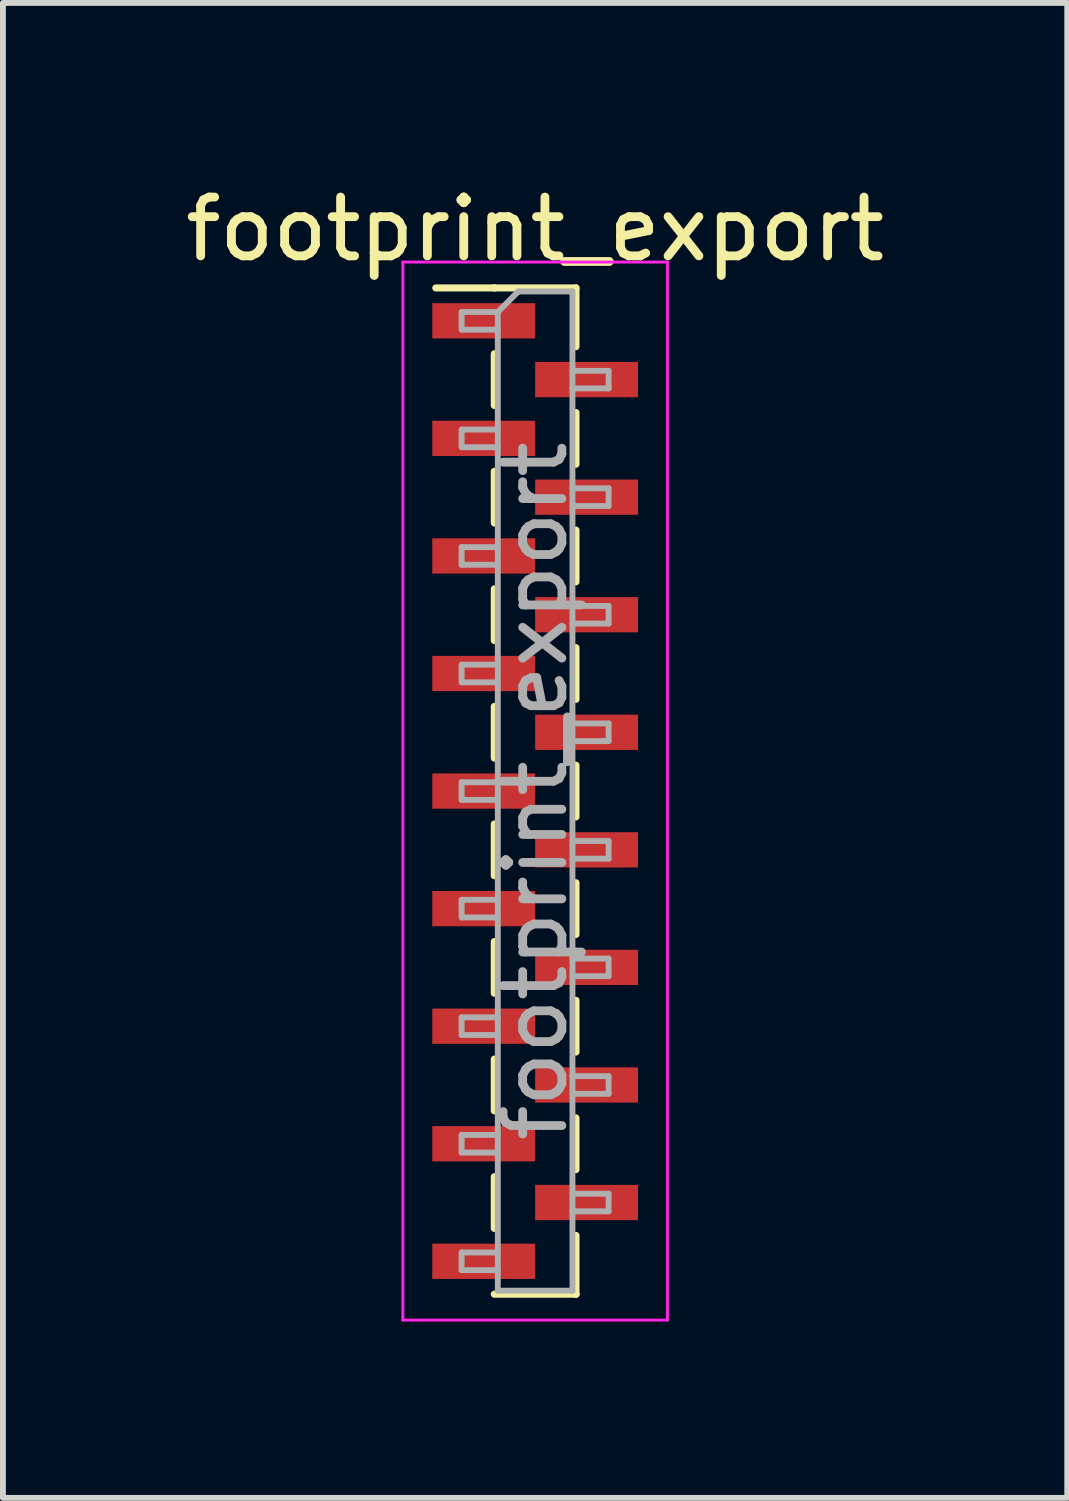
<source format=kicad_pcb>
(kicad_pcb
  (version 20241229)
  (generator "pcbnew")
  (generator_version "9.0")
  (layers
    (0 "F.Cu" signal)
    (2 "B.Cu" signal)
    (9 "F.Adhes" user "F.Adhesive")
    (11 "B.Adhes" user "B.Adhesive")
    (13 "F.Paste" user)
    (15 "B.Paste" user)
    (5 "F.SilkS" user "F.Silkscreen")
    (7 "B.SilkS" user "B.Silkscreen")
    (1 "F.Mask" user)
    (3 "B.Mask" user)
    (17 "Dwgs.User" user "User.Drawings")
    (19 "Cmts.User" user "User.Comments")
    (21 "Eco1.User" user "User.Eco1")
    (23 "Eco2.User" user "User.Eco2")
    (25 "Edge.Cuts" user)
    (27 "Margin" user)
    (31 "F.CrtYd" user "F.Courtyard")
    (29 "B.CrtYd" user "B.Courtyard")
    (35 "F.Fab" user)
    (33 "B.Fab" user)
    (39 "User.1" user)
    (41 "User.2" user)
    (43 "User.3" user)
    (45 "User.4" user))
  (footprint "footprint_export"
    (layer "F.Cu")
    (at 6.054 10.408)
    (property "Reference" "footprint_export" (at 0 -9.56 0) (layer "F.SilkS") (effects (font (size 1 1) (thickness 0.15))))
    (attr smd)
    (fp_line (start -0.695 -8.56) (end -1.69 -8.56) (stroke (width 0.12) (type solid)) (layer "F.SilkS"))
    (fp_line (start -0.695 -8.56) (end -0.695 -8.56) (stroke (width 0.12) (type solid)) (layer "F.SilkS"))
    (fp_line (start -0.695 -8.56) (end 0.695 -8.56) (stroke (width 0.12) (type solid)) (layer "F.SilkS"))
    (fp_line (start -0.695 -7.44) (end -0.695 -6.56) (stroke (width 0.12) (type solid)) (layer "F.SilkS"))
    (fp_line (start -0.695 -5.44) (end -0.695 -4.56) (stroke (width 0.12) (type solid)) (layer "F.SilkS"))
    (fp_line (start -0.695 -3.44) (end -0.695 -2.56) (stroke (width 0.12) (type solid)) (layer "F.SilkS"))
    (fp_line (start -0.695 -1.44) (end -0.695 -0.56) (stroke (width 0.12) (type solid)) (layer "F.SilkS"))
    (fp_line (start -0.695 0.56) (end -0.695 1.44) (stroke (width 0.12) (type solid)) (layer "F.SilkS"))
    (fp_line (start -0.695 2.56) (end -0.695 3.44) (stroke (width 0.12) (type solid)) (layer "F.SilkS"))
    (fp_line (start -0.695 4.56) (end -0.695 5.44) (stroke (width 0.12) (type solid)) (layer "F.SilkS"))
    (fp_line (start -0.695 6.56) (end -0.695 7.44) (stroke (width 0.12) (type solid)) (layer "F.SilkS"))
    (fp_line (start -0.695 8.56) (end 0.695 8.56) (stroke (width 0.12) (type solid)) (layer "F.SilkS"))
    (fp_line (start 0.695 -8.56) (end 0.695 -7.56) (stroke (width 0.12) (type solid)) (layer "F.SilkS"))
    (fp_line (start 0.695 -6.44) (end 0.695 -5.56) (stroke (width 0.12) (type solid)) (layer "F.SilkS"))
    (fp_line (start 0.695 -4.44) (end 0.695 -3.56) (stroke (width 0.12) (type solid)) (layer "F.SilkS"))
    (fp_line (start 0.695 -2.44) (end 0.695 -1.56) (stroke (width 0.12) (type solid)) (layer "F.SilkS"))
    (fp_line (start 0.695 -0.44) (end 0.695 0.44) (stroke (width 0.12) (type solid)) (layer "F.SilkS"))
    (fp_line (start 0.695 1.56) (end 0.695 2.44) (stroke (width 0.12) (type solid)) (layer "F.SilkS"))
    (fp_line (start 0.695 3.56) (end 0.695 4.44) (stroke (width 0.12) (type solid)) (layer "F.SilkS"))
    (fp_line (start 0.695 5.56) (end 0.695 6.44) (stroke (width 0.12) (type solid)) (layer "F.SilkS"))
    (fp_line (start 0.695 7.56) (end 0.695 8.56) (stroke (width 0.12) (type solid)) (layer "F.SilkS"))
    (fp_line (start 0.695 8.56) (end 0.695 8.56) (stroke (width 0.12) (type solid)) (layer "F.SilkS"))
    (fp_line (start -2.25 -9) (end -2.25 9) (stroke (width 0.05) (type solid)) (layer "F.CrtYd"))
    (fp_line (start -2.25 9) (end 2.25 9) (stroke (width 0.05) (type solid)) (layer "F.CrtYd"))
    (fp_line (start 2.25 -9) (end -2.25 -9) (stroke (width 0.05) (type solid)) (layer "F.CrtYd"))
    (fp_line (start 2.25 9) (end 2.25 -9) (stroke (width 0.05) (type solid)) (layer "F.CrtYd"))
    (fp_line (start -1.25 -8.15) (end -1.25 -7.85) (stroke (width 0.1) (type solid)) (layer "F.Fab"))
    (fp_line (start -1.25 -7.85) (end -0.635 -7.85) (stroke (width 0.1) (type solid)) (layer "F.Fab"))
    (fp_line (start -1.25 -6.15) (end -1.25 -5.85) (stroke (width 0.1) (type solid)) (layer "F.Fab"))
    (fp_line (start -1.25 -5.85) (end -0.635 -5.85) (stroke (width 0.1) (type solid)) (layer "F.Fab"))
    (fp_line (start -1.25 -4.15) (end -1.25 -3.85) (stroke (width 0.1) (type solid)) (layer "F.Fab"))
    (fp_line (start -1.25 -3.85) (end -0.635 -3.85) (stroke (width 0.1) (type solid)) (layer "F.Fab"))
    (fp_line (start -1.25 -2.15) (end -1.25 -1.85) (stroke (width 0.1) (type solid)) (layer "F.Fab"))
    (fp_line (start -1.25 -1.85) (end -0.635 -1.85) (stroke (width 0.1) (type solid)) (layer "F.Fab"))
    (fp_line (start -1.25 -0.15) (end -1.25 0.15) (stroke (width 0.1) (type solid)) (layer "F.Fab"))
    (fp_line (start -1.25 0.15) (end -0.635 0.15) (stroke (width 0.1) (type solid)) (layer "F.Fab"))
    (fp_line (start -1.25 1.85) (end -1.25 2.15) (stroke (width 0.1) (type solid)) (layer "F.Fab"))
    (fp_line (start -1.25 2.15) (end -0.635 2.15) (stroke (width 0.1) (type solid)) (layer "F.Fab"))
    (fp_line (start -1.25 3.85) (end -1.25 4.15) (stroke (width 0.1) (type solid)) (layer "F.Fab"))
    (fp_line (start -1.25 4.15) (end -0.635 4.15) (stroke (width 0.1) (type solid)) (layer "F.Fab"))
    (fp_line (start -1.25 5.85) (end -1.25 6.15) (stroke (width 0.1) (type solid)) (layer "F.Fab"))
    (fp_line (start -1.25 6.15) (end -0.635 6.15) (stroke (width 0.1) (type solid)) (layer "F.Fab"))
    (fp_line (start -1.25 7.85) (end -1.25 8.15) (stroke (width 0.1) (type solid)) (layer "F.Fab"))
    (fp_line (start -1.25 8.15) (end -0.635 8.15) (stroke (width 0.1) (type solid)) (layer "F.Fab"))
    (fp_line (start -0.635 -8.15) (end -1.25 -8.15) (stroke (width 0.1) (type solid)) (layer "F.Fab"))
    (fp_line (start -0.635 -8.15) (end -0.285 -8.5) (stroke (width 0.1) (type solid)) (layer "F.Fab"))
    (fp_line (start -0.635 -6.15) (end -1.25 -6.15) (stroke (width 0.1) (type solid)) (layer "F.Fab"))
    (fp_line (start -0.635 -4.15) (end -1.25 -4.15) (stroke (width 0.1) (type solid)) (layer "F.Fab"))
    (fp_line (start -0.635 -2.15) (end -1.25 -2.15) (stroke (width 0.1) (type solid)) (layer "F.Fab"))
    (fp_line (start -0.635 -0.15) (end -1.25 -0.15) (stroke (width 0.1) (type solid)) (layer "F.Fab"))
    (fp_line (start -0.635 1.85) (end -1.25 1.85) (stroke (width 0.1) (type solid)) (layer "F.Fab"))
    (fp_line (start -0.635 3.85) (end -1.25 3.85) (stroke (width 0.1) (type solid)) (layer "F.Fab"))
    (fp_line (start -0.635 5.85) (end -1.25 5.85) (stroke (width 0.1) (type solid)) (layer "F.Fab"))
    (fp_line (start -0.635 7.85) (end -1.25 7.85) (stroke (width 0.1) (type solid)) (layer "F.Fab"))
    (fp_line (start -0.635 8.5) (end -0.635 -8.15) (stroke (width 0.1) (type solid)) (layer "F.Fab"))
    (fp_line (start -0.285 -8.5) (end 0.635 -8.5) (stroke (width 0.1) (type solid)) (layer "F.Fab"))
    (fp_line (start 0.635 -8.5) (end 0.635 8.5) (stroke (width 0.1) (type solid)) (layer "F.Fab"))
    (fp_line (start 0.635 -7.15) (end 1.25 -7.15) (stroke (width 0.1) (type solid)) (layer "F.Fab"))
    (fp_line (start 0.635 -5.15) (end 1.25 -5.15) (stroke (width 0.1) (type solid)) (layer "F.Fab"))
    (fp_line (start 0.635 -3.15) (end 1.25 -3.15) (stroke (width 0.1) (type solid)) (layer "F.Fab"))
    (fp_line (start 0.635 -1.15) (end 1.25 -1.15) (stroke (width 0.1) (type solid)) (layer "F.Fab"))
    (fp_line (start 0.635 0.85) (end 1.25 0.85) (stroke (width 0.1) (type solid)) (layer "F.Fab"))
    (fp_line (start 0.635 2.85) (end 1.25 2.85) (stroke (width 0.1) (type solid)) (layer "F.Fab"))
    (fp_line (start 0.635 4.85) (end 1.25 4.85) (stroke (width 0.1) (type solid)) (layer "F.Fab"))
    (fp_line (start 0.635 6.85) (end 1.25 6.85) (stroke (width 0.1) (type solid)) (layer "F.Fab"))
    (fp_line (start 0.635 8.5) (end -0.635 8.5) (stroke (width 0.1) (type solid)) (layer "F.Fab"))
    (fp_line (start 1.25 -7.15) (end 1.25 -6.85) (stroke (width 0.1) (type solid)) (layer "F.Fab"))
    (fp_line (start 1.25 -6.85) (end 0.635 -6.85) (stroke (width 0.1) (type solid)) (layer "F.Fab"))
    (fp_line (start 1.25 -5.15) (end 1.25 -4.85) (stroke (width 0.1) (type solid)) (layer "F.Fab"))
    (fp_line (start 1.25 -4.85) (end 0.635 -4.85) (stroke (width 0.1) (type solid)) (layer "F.Fab"))
    (fp_line (start 1.25 -3.15) (end 1.25 -2.85) (stroke (width 0.1) (type solid)) (layer "F.Fab"))
    (fp_line (start 1.25 -2.85) (end 0.635 -2.85) (stroke (width 0.1) (type solid)) (layer "F.Fab"))
    (fp_line (start 1.25 -1.15) (end 1.25 -0.85) (stroke (width 0.1) (type solid)) (layer "F.Fab"))
    (fp_line (start 1.25 -0.85) (end 0.635 -0.85) (stroke (width 0.1) (type solid)) (layer "F.Fab"))
    (fp_line (start 1.25 0.85) (end 1.25 1.15) (stroke (width 0.1) (type solid)) (layer "F.Fab"))
    (fp_line (start 1.25 1.15) (end 0.635 1.15) (stroke (width 0.1) (type solid)) (layer "F.Fab"))
    (fp_line (start 1.25 2.85) (end 1.25 3.15) (stroke (width 0.1) (type solid)) (layer "F.Fab"))
    (fp_line (start 1.25 3.15) (end 0.635 3.15) (stroke (width 0.1) (type solid)) (layer "F.Fab"))
    (fp_line (start 1.25 4.85) (end 1.25 5.15) (stroke (width 0.1) (type solid)) (layer "F.Fab"))
    (fp_line (start 1.25 5.15) (end 0.635 5.15) (stroke (width 0.1) (type solid)) (layer "F.Fab"))
    (fp_line (start 1.25 6.85) (end 1.25 7.15) (stroke (width 0.1) (type solid)) (layer "F.Fab"))
    (fp_line (start 1.25 7.15) (end 0.635 7.15) (stroke (width 0.1) (type solid)) (layer "F.Fab"))
    (fp_text user "${REFERENCE}" (at 0 0 90) (layer "F.Fab") (effects (font (size 1 1) (thickness 0.15))))
    (pad "1" smd rect (at -0.875 -8) (size 1.75 0.6) (layers "F.Cu" "F.Mask" "F.Paste"))
    (pad "2" smd rect (at 0.875 -7) (size 1.75 0.6) (layers "F.Cu" "F.Mask" "F.Paste"))
    (pad "3" smd rect (at -0.875 -6) (size 1.75 0.6) (layers "F.Cu" "F.Mask" "F.Paste"))
    (pad "4" smd rect (at 0.875 -5) (size 1.75 0.6) (layers "F.Cu" "F.Mask" "F.Paste"))
    (pad "5" smd rect (at -0.875 -4) (size 1.75 0.6) (layers "F.Cu" "F.Mask" "F.Paste"))
    (pad "6" smd rect (at 0.875 -3) (size 1.75 0.6) (layers "F.Cu" "F.Mask" "F.Paste"))
    (pad "7" smd rect (at -0.875 -2) (size 1.75 0.6) (layers "F.Cu" "F.Mask" "F.Paste"))
    (pad "8" smd rect (at 0.875 -1) (size 1.75 0.6) (layers "F.Cu" "F.Mask" "F.Paste"))
    (pad "9" smd rect (at -0.875 0) (size 1.75 0.6) (layers "F.Cu" "F.Mask" "F.Paste"))
    (pad "10" smd rect (at 0.875 1) (size 1.75 0.6) (layers "F.Cu" "F.Mask" "F.Paste"))
    (pad "11" smd rect (at -0.875 2) (size 1.75 0.6) (layers "F.Cu" "F.Mask" "F.Paste"))
    (pad "12" smd rect (at 0.875 3) (size 1.75 0.6) (layers "F.Cu" "F.Mask" "F.Paste"))
    (pad "13" smd rect (at -0.875 4) (size 1.75 0.6) (layers "F.Cu" "F.Mask" "F.Paste"))
    (pad "14" smd rect (at 0.875 5) (size 1.75 0.6) (layers "F.Cu" "F.Mask" "F.Paste"))
    (pad "15" smd rect (at -0.875 6) (size 1.75 0.6) (layers "F.Cu" "F.Mask" "F.Paste"))
    (pad "16" smd rect (at 0.875 7) (size 1.75 0.6) (layers "F.Cu" "F.Mask" "F.Paste"))
    (pad "17" smd rect (at -0.875 8) (size 1.75 0.6) (layers "F.Cu" "F.Mask" "F.Paste")))
  (gr_rect
    (start -3 -3)
    (end 15.107 22.433)
    (stroke (width 0.1) (type default))
    (fill no)
    (layer "Edge.Cuts")))
</source>
